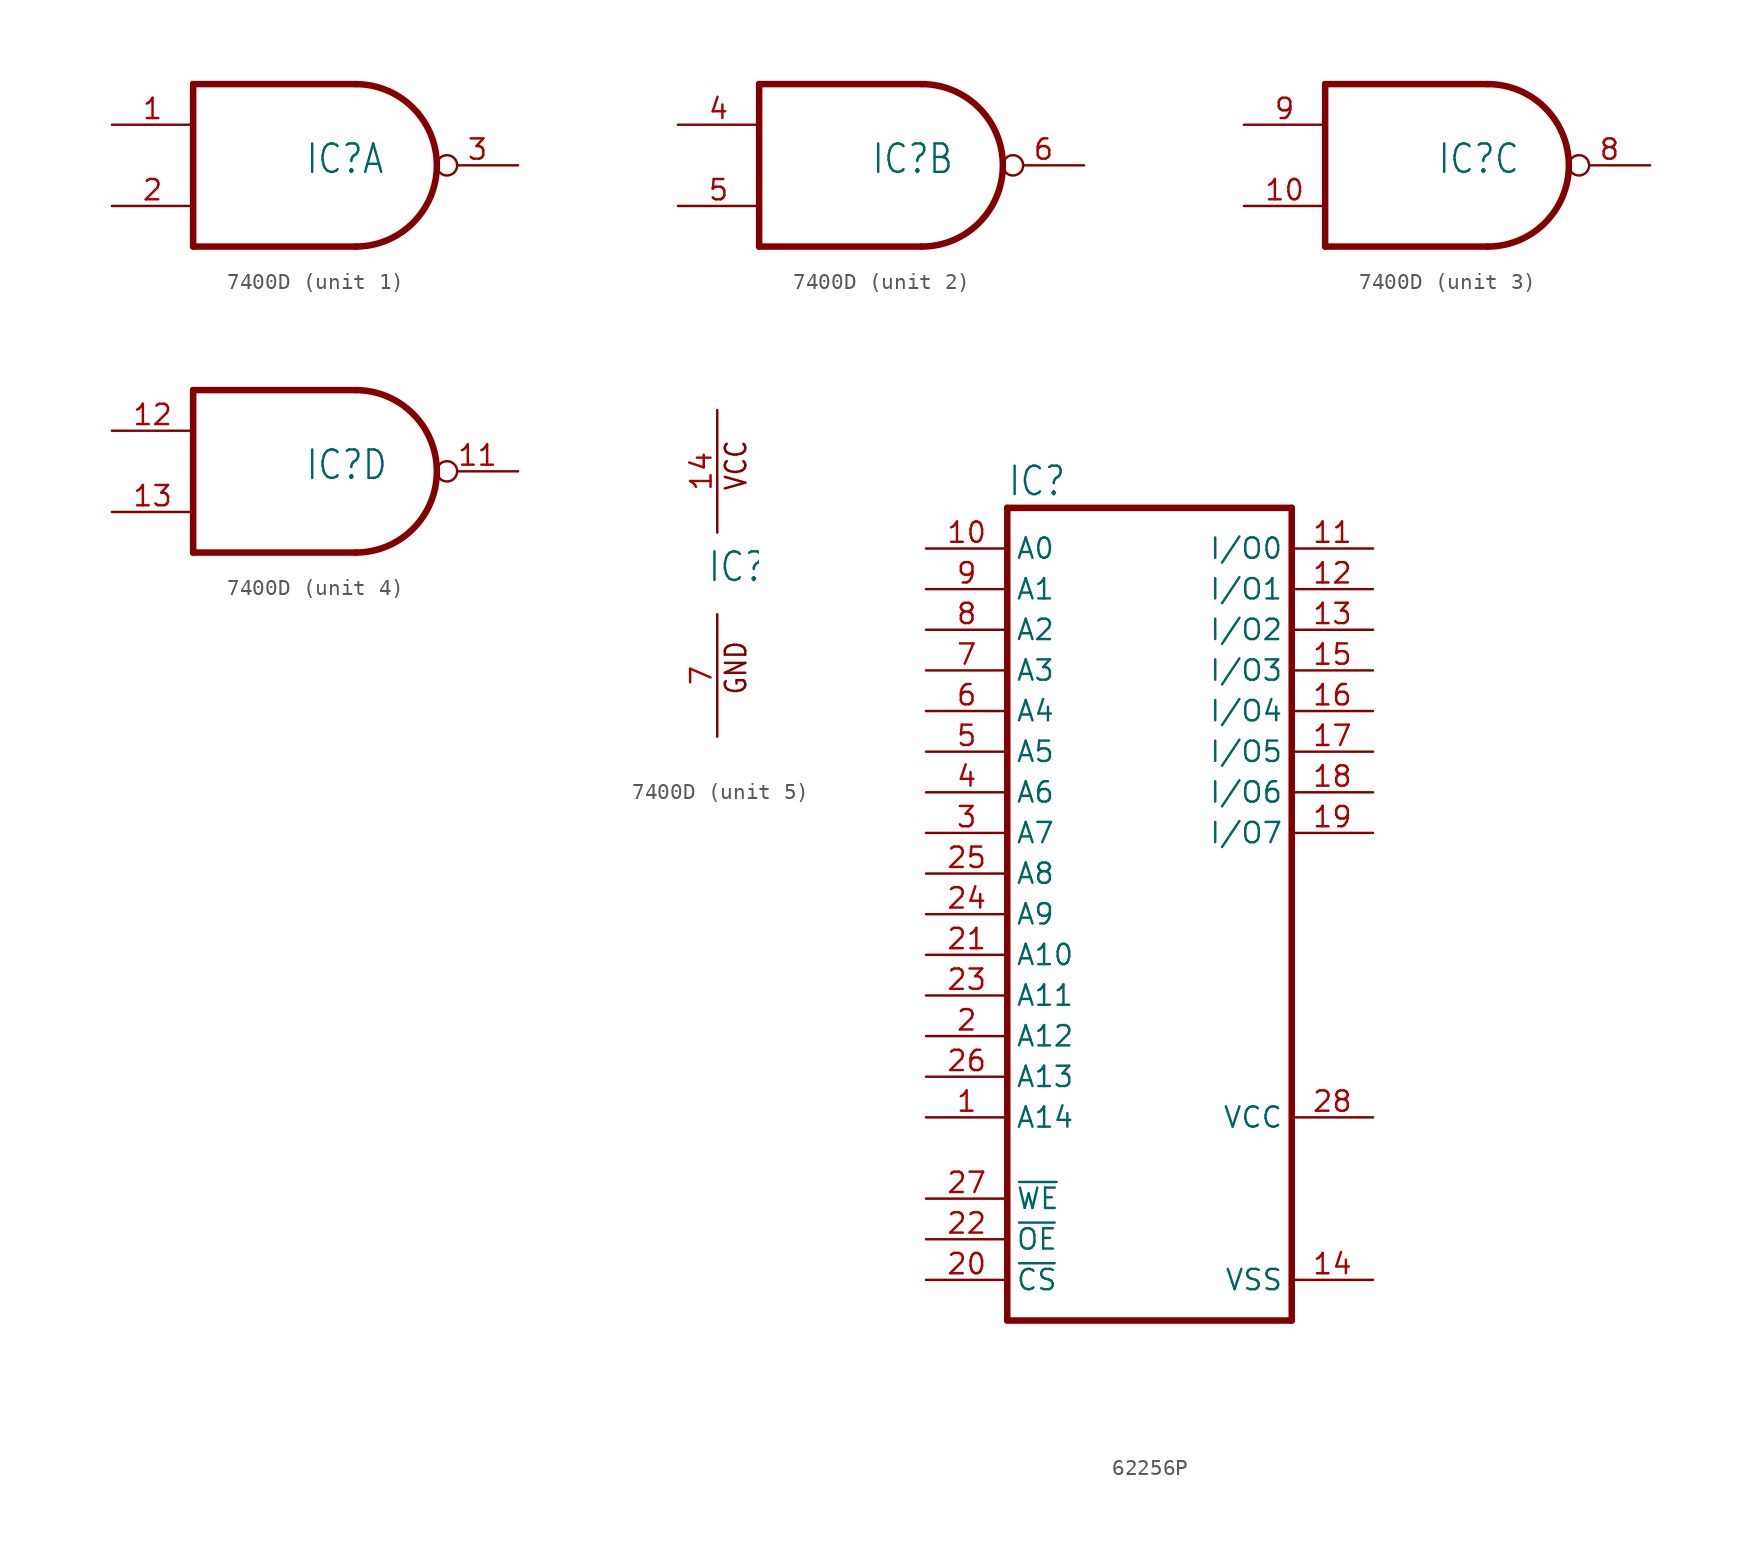
<source format=kicad_sym>
(kicad_symbol_lib
  (version 20231120)
  (generator "kicad_symbol_editor")
  (generator_version "8.0")
  (symbol "7400D"
    (property "Reference" "IC"
      (at -0.635 -0.635 0)
      (effects (font (size 1.778 1.511)) (justify left bottom)))
    (property "ki_locked" ""
      (at 0 0 0)
      (effects (font (size 1.27 1.27))))
    (symbol "7400D_1_0"
      (polyline (pts (xy -7.62 -5.08) (xy 2.54 -5.08)) (stroke (width 0.406) (type solid)) (fill (type none)))
      (polyline (pts (xy -7.62 5.08) (xy -7.62 -5.08)) (stroke (width 0.406) (type solid)) (fill (type none)))
      (polyline (pts (xy 2.54 5.08) (xy -7.62 5.08)) (stroke (width 0.406) (type solid)) (fill (type none)))
      (arc (start 2.5398 -5.08) (mid 7.6199 -0.0001) (end 2.54 5.08) (stroke (width 0.4064) (type solid)) (fill (type none)))
      (pin input line (at -12.7 2.54 0) (length 5.08) (name "I0" (effects (font (size 0 0)))) (number "1" (effects (font (size 1.27 1.27)))))
      (pin input line (at -12.7 -2.54 0) (length 5.08) (name "I1" (effects (font (size 0 0)))) (number "2" (effects (font (size 1.27 1.27)))))
      (pin output inverted (at 12.7 0 180) (length 5.08) (name "O" (effects (font (size 0 0)))) (number "3" (effects (font (size 1.27 1.27))))))
    (symbol "7400D_2_0"
      (polyline (pts (xy -7.62 -5.08) (xy 2.54 -5.08)) (stroke (width 0.406) (type solid)) (fill (type none)))
      (polyline (pts (xy -7.62 5.08) (xy -7.62 -5.08)) (stroke (width 0.406) (type solid)) (fill (type none)))
      (polyline (pts (xy 2.54 5.08) (xy -7.62 5.08)) (stroke (width 0.406) (type solid)) (fill (type none)))
      (arc (start 2.5398 -5.08) (mid 7.6199 -0.0001) (end 2.54 5.08) (stroke (width 0.4064) (type solid)) (fill (type none)))
      (pin input line (at -12.7 2.54 0) (length 5.08) (name "I0" (effects (font (size 0 0)))) (number "4" (effects (font (size 1.27 1.27)))))
      (pin input line (at -12.7 -2.54 0) (length 5.08) (name "I1" (effects (font (size 0 0)))) (number "5" (effects (font (size 1.27 1.27)))))
      (pin output inverted (at 12.7 0 180) (length 5.08) (name "O" (effects (font (size 0 0)))) (number "6" (effects (font (size 1.27 1.27))))))
    (symbol "7400D_3_0"
      (polyline (pts (xy -7.62 -5.08) (xy 2.54 -5.08)) (stroke (width 0.406) (type solid)) (fill (type none)))
      (polyline (pts (xy -7.62 5.08) (xy -7.62 -5.08)) (stroke (width 0.406) (type solid)) (fill (type none)))
      (polyline (pts (xy 2.54 5.08) (xy -7.62 5.08)) (stroke (width 0.406) (type solid)) (fill (type none)))
      (arc (start 2.5398 -5.08) (mid 7.6199 -0.0001) (end 2.54 5.08) (stroke (width 0.4064) (type solid)) (fill (type none)))
      (pin input line (at -12.7 -2.54 0) (length 5.08) (name "I1" (effects (font (size 0 0)))) (number "10" (effects (font (size 1.27 1.27)))))
      (pin output inverted (at 12.7 0 180) (length 5.08) (name "O" (effects (font (size 0 0)))) (number "8" (effects (font (size 1.27 1.27)))))
      (pin input line (at -12.7 2.54 0) (length 5.08) (name "I0" (effects (font (size 0 0)))) (number "9" (effects (font (size 1.27 1.27))))))
    (symbol "7400D_4_0"
      (polyline (pts (xy -7.62 -5.08) (xy 2.54 -5.08)) (stroke (width 0.406) (type solid)) (fill (type none)))
      (polyline (pts (xy -7.62 5.08) (xy -7.62 -5.08)) (stroke (width 0.406) (type solid)) (fill (type none)))
      (polyline (pts (xy 2.54 5.08) (xy -7.62 5.08)) (stroke (width 0.406) (type solid)) (fill (type none)))
      (arc (start 2.5398 -5.08) (mid 7.6199 -0.0001) (end 2.54 5.08) (stroke (width 0.4064) (type solid)) (fill (type none)))
      (pin output inverted (at 12.7 0 180) (length 5.08) (name "O" (effects (font (size 0 0)))) (number "11" (effects (font (size 1.27 1.27)))))
      (pin input line (at -12.7 2.54 0) (length 5.08) (name "I0" (effects (font (size 0 0)))) (number "12" (effects (font (size 1.27 1.27)))))
      (pin input line (at -12.7 -2.54 0) (length 5.08) (name "I1" (effects (font (size 0 0)))) (number "13" (effects (font (size 1.27 1.27))))))
    (symbol "7400D_5_0"
      (text "GND" (at 1.905 -7.62 900) (effects (font (size 1.27 1.079)) (justify left bottom)))
      (text "VCC" (at 1.905 5.08 900) (effects (font (size 1.27 1.079)) (justify left bottom)))
      (pin power_in line (at 0 10.16 270) (length 7.62) (name "VCC" (effects (font (size 0 0)))) (number "14" (effects (font (size 1.27 1.27)))))
      (pin power_in line (at 0 -10.16 90) (length 7.62) (name "GND" (effects (font (size 0 0)))) (number "7" (effects (font (size 1.27 1.27)))))))
  (symbol "62256P"
    (property "Reference" "IC"
      (at -10.16 20.955 0)
      (effects (font (size 1.778 1.511)) (justify left bottom)))
    (property "Value" ""
      (at -10.16 -33.02 0)
      (effects (font (size 1.778 1.511)) (justify left bottom)))
    (property "ki_locked" ""
      (at 0 0 0)
      (effects (font (size 1.27 1.27))))
    (symbol "62256P_1_0"
      (polyline (pts (xy -10.16 -30.48) (xy -10.16 20.32)) (stroke (width 0.406) (type solid)) (fill (type none)))
      (polyline (pts (xy -10.16 -30.48) (xy 7.62 -30.48)) (stroke (width 0.406) (type solid)) (fill (type none)))
      (polyline (pts (xy 7.62 20.32) (xy -10.16 20.32)) (stroke (width 0.406) (type solid)) (fill (type none)))
      (polyline (pts (xy 7.62 20.32) (xy 7.62 -30.48)) (stroke (width 0.406) (type solid)) (fill (type none)))
      (pin input line (at -15.24 -17.78 0) (length 5.08) (name "A14" (effects (font (size 1.27 1.27)))) (number "1" (effects (font (size 1.27 1.27)))))
      (pin input line (at -15.24 17.78 0) (length 5.08) (name "A0" (effects (font (size 1.27 1.27)))) (number "10" (effects (font (size 1.27 1.27)))))
      (pin bidirectional line (at 12.7 17.78 180) (length 5.08) (name "I/O0" (effects (font (size 1.27 1.27)))) (number "11" (effects (font (size 1.27 1.27)))))
      (pin bidirectional line (at 12.7 15.24 180) (length 5.08) (name "I/O1" (effects (font (size 1.27 1.27)))) (number "12" (effects (font (size 1.27 1.27)))))
      (pin bidirectional line (at 12.7 12.7 180) (length 5.08) (name "I/O2" (effects (font (size 1.27 1.27)))) (number "13" (effects (font (size 1.27 1.27)))))
      (pin power_in line (at 12.7 -27.94 180) (length 5.08) (name "VSS" (effects (font (size 1.27 1.27)))) (number "14" (effects (font (size 1.27 1.27)))))
      (pin bidirectional line (at 12.7 10.16 180) (length 5.08) (name "I/O3" (effects (font (size 1.27 1.27)))) (number "15" (effects (font (size 1.27 1.27)))))
      (pin bidirectional line (at 12.7 7.62 180) (length 5.08) (name "I/O4" (effects (font (size 1.27 1.27)))) (number "16" (effects (font (size 1.27 1.27)))))
      (pin bidirectional line (at 12.7 5.08 180) (length 5.08) (name "I/O5" (effects (font (size 1.27 1.27)))) (number "17" (effects (font (size 1.27 1.27)))))
      (pin bidirectional line (at 12.7 2.54 180) (length 5.08) (name "I/O6" (effects (font (size 1.27 1.27)))) (number "18" (effects (font (size 1.27 1.27)))))
      (pin bidirectional line (at 12.7 0 180) (length 5.08) (name "I/O7" (effects (font (size 1.27 1.27)))) (number "19" (effects (font (size 1.27 1.27)))))
      (pin input line (at -15.24 -12.7 0) (length 5.08) (name "A12" (effects (font (size 1.27 1.27)))) (number "2" (effects (font (size 1.27 1.27)))))
      (pin input line (at -15.24 -27.94 0) (length 5.08) (name "~{CS}" (effects (font (size 1.27 1.27)))) (number "20" (effects (font (size 1.27 1.27)))))
      (pin input line (at -15.24 -7.62 0) (length 5.08) (name "A10" (effects (font (size 1.27 1.27)))) (number "21" (effects (font (size 1.27 1.27)))))
      (pin input line (at -15.24 -25.4 0) (length 5.08) (name "~{OE}" (effects (font (size 1.27 1.27)))) (number "22" (effects (font (size 1.27 1.27)))))
      (pin input line (at -15.24 -10.16 0) (length 5.08) (name "A11" (effects (font (size 1.27 1.27)))) (number "23" (effects (font (size 1.27 1.27)))))
      (pin input line (at -15.24 -5.08 0) (length 5.08) (name "A9" (effects (font (size 1.27 1.27)))) (number "24" (effects (font (size 1.27 1.27)))))
      (pin input line (at -15.24 -2.54 0) (length 5.08) (name "A8" (effects (font (size 1.27 1.27)))) (number "25" (effects (font (size 1.27 1.27)))))
      (pin input line (at -15.24 -15.24 0) (length 5.08) (name "A13" (effects (font (size 1.27 1.27)))) (number "26" (effects (font (size 1.27 1.27)))))
      (pin input line (at -15.24 -22.86 0) (length 5.08) (name "~{WE}" (effects (font (size 1.27 1.27)))) (number "27" (effects (font (size 1.27 1.27)))))
      (pin power_in line (at 12.7 -17.78 180) (length 5.08) (name "VCC" (effects (font (size 1.27 1.27)))) (number "28" (effects (font (size 1.27 1.27)))))
      (pin input line (at -15.24 0 0) (length 5.08) (name "A7" (effects (font (size 1.27 1.27)))) (number "3" (effects (font (size 1.27 1.27)))))
      (pin input line (at -15.24 2.54 0) (length 5.08) (name "A6" (effects (font (size 1.27 1.27)))) (number "4" (effects (font (size 1.27 1.27)))))
      (pin input line (at -15.24 5.08 0) (length 5.08) (name "A5" (effects (font (size 1.27 1.27)))) (number "5" (effects (font (size 1.27 1.27)))))
      (pin input line (at -15.24 7.62 0) (length 5.08) (name "A4" (effects (font (size 1.27 1.27)))) (number "6" (effects (font (size 1.27 1.27)))))
      (pin input line (at -15.24 10.16 0) (length 5.08) (name "A3" (effects (font (size 1.27 1.27)))) (number "7" (effects (font (size 1.27 1.27)))))
      (pin input line (at -15.24 12.7 0) (length 5.08) (name "A2" (effects (font (size 1.27 1.27)))) (number "8" (effects (font (size 1.27 1.27)))))
      (pin input line (at -15.24 15.24 0) (length 5.08) (name "A1" (effects (font (size 1.27 1.27)))) (number "9" (effects (font (size 1.27 1.27))))))))
</source>
